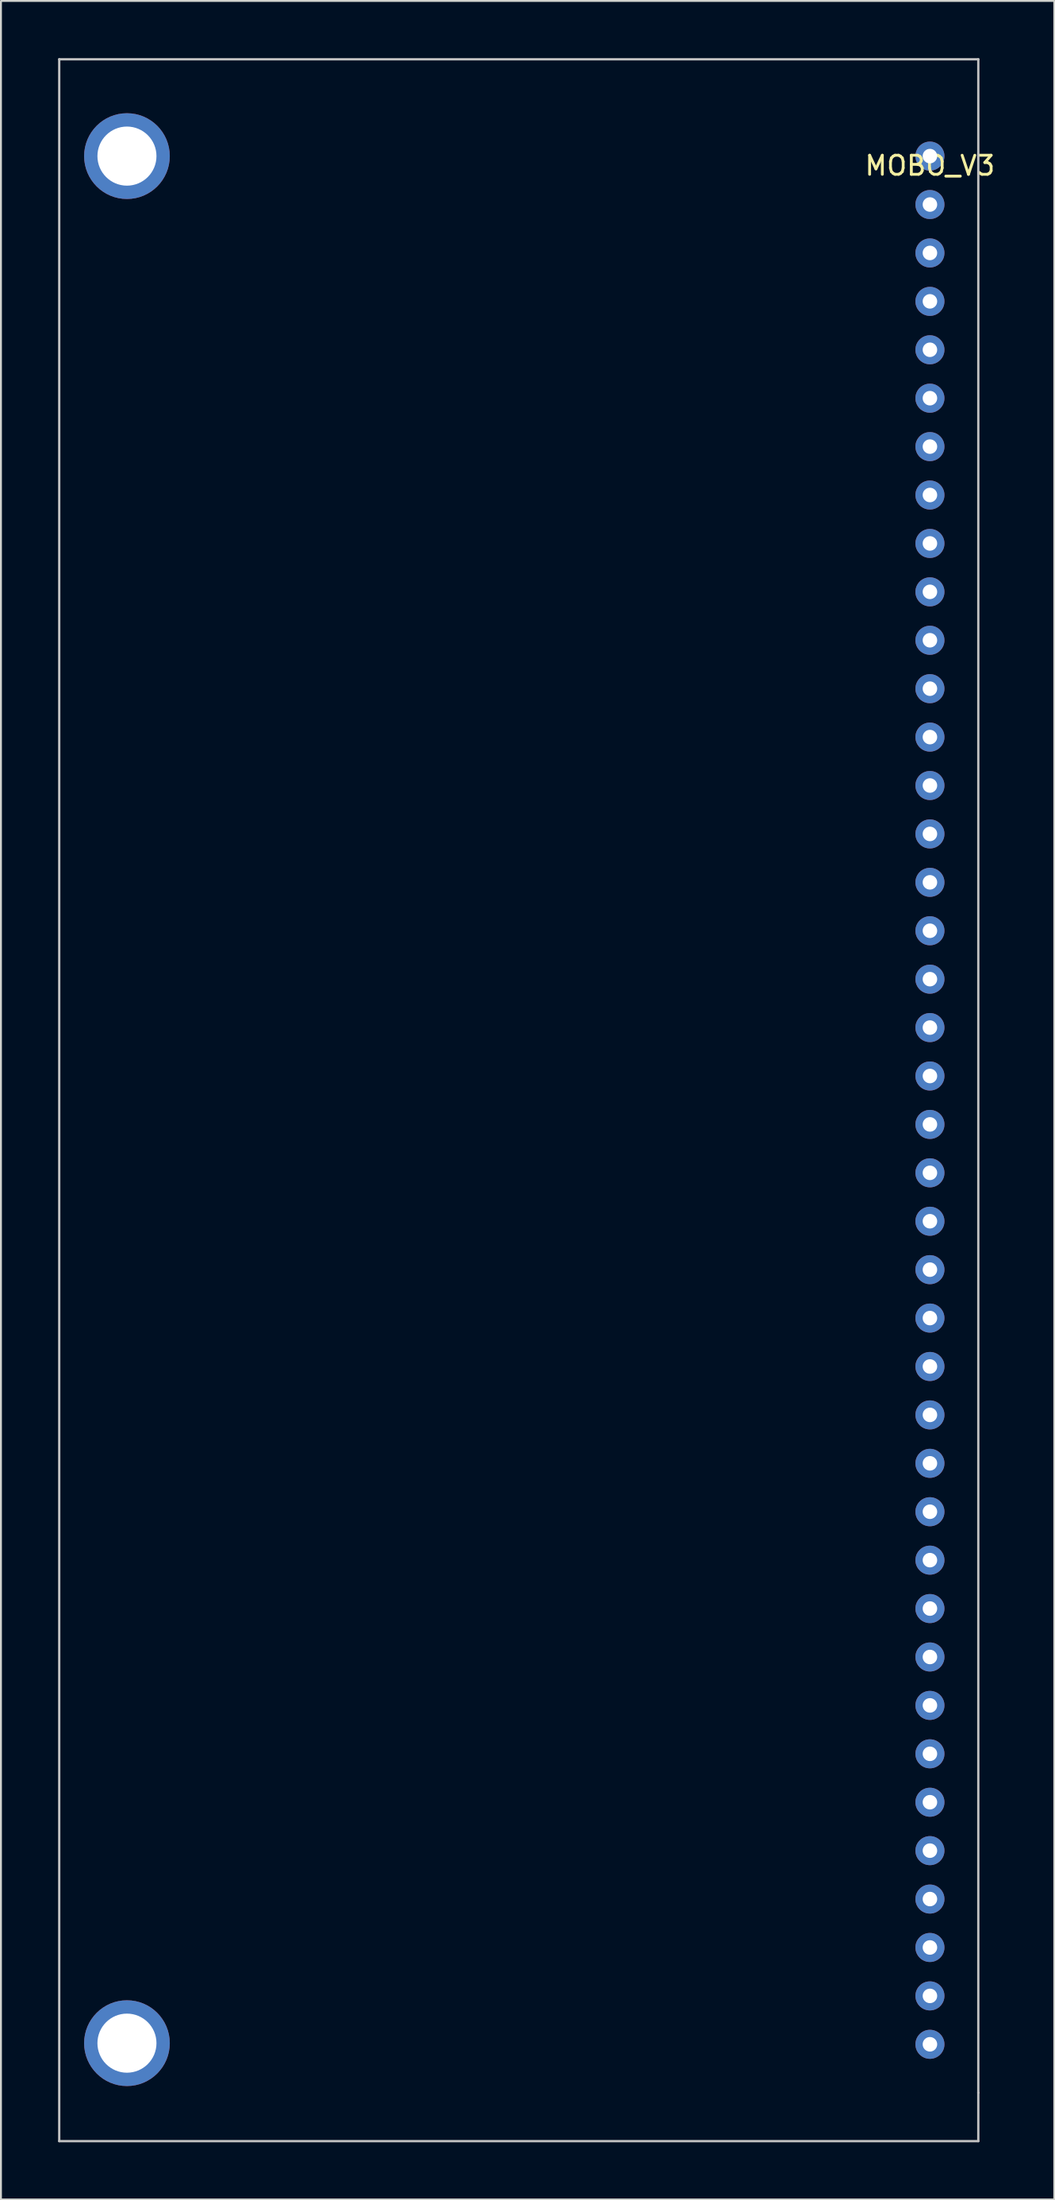
<source format=kicad_pcb>
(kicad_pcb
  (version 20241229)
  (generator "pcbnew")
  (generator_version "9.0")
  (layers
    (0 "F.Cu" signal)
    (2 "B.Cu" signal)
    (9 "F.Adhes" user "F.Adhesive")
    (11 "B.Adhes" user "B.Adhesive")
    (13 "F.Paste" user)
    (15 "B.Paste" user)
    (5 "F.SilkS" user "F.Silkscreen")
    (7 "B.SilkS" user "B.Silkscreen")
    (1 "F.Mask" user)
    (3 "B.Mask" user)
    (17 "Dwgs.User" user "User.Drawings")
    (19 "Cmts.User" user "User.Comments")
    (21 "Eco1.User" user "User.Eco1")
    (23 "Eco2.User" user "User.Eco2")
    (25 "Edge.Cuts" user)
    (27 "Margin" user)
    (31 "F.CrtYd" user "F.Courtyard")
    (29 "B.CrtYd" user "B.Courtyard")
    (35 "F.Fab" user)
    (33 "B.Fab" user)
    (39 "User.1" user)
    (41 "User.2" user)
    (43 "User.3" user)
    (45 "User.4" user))
  (footprint "MOBO_V3"
    (layer "F.Cu")
    (at 45.78 5.14)
    (property "Reference" "MOBO_V3" (at 0 0.5 0) (layer "F.SilkS") (effects (font (size 1 1) (thickness 0.15))))
    (attr through_hole)
    (fp_line (start -45.72 -5.08) (end 2.54 -5.08) (stroke (width 0.12) (type solid)) (layer "Dwgs.User"))
    (fp_line (start -45.72 104.14) (end -45.72 -5.08) (stroke (width 0.12) (type solid)) (layer "Dwgs.User"))
    (fp_line (start 2.54 -5.08) (end 2.54 101.6) (stroke (width 0.12) (type solid)) (layer "Dwgs.User"))
    (fp_line (start 2.54 101.6) (end 2.54 104.14) (stroke (width 0.12) (type solid)) (layer "Dwgs.User"))
    (fp_line (start 2.54 104.14) (end -45.72 104.14) (stroke (width 0.12) (type solid)) (layer "Dwgs.User"))
    (pad "+3.3v" thru_hole circle (at 0 10.16) (size 1.524 1.524) (drill 0.762) (layers "*.Cu" "*.Mask"))
    (pad "+3.3v" thru_hole circle (at 0 12.7) (size 1.524 1.524) (drill 0.762) (layers "*.Cu" "*.Mask"))
    (pad "+5v" thru_hole circle (at 0 5.08) (size 1.524 1.524) (drill 0.762) (layers "*.Cu" "*.Mask"))
    (pad "+5v" thru_hole circle (at 0 7.62) (size 1.524 1.524) (drill 0.762) (layers "*.Cu" "*.Mask"))
    (pad "-12v" thru_hole circle (at 0 30.48) (size 1.524 1.524) (drill 0.762) (layers "*.Cu" "*.Mask"))
    (pad "-12v" thru_hole circle (at 0 33.02) (size 1.524 1.524) (drill 0.762) (layers "*.Cu" "*.Mask"))
    (pad "HOLE" thru_hole circle (at -42.164 0) (size 4.5 4.5) (drill 3.1) (layers "*.Cu" "*.Mask"))
    (pad "HOLE" thru_hole circle (at -42.164 99) (size 4.5 4.5) (drill 3.1) (layers "*.Cu" "*.Mask"))
    (pad "adc0" thru_hole circle (at 0 81.28) (size 1.524 1.524) (drill 0.762) (layers "*.Cu" "*.Mask"))
    (pad "adc1" thru_hole circle (at 0 83.82) (size 1.524 1.524) (drill 0.762) (layers "*.Cu" "*.Mask"))
    (pad "adc2" thru_hole circle (at 0 86.36) (size 1.524 1.524) (drill 0.762) (layers "*.Cu" "*.Mask"))
    (pad "adc3" thru_hole circle (at 0 88.9) (size 1.524 1.524) (drill 0.762) (layers "*.Cu" "*.Mask"))
    (pad "adc4" thru_hole circle (at 0 91.44) (size 1.524 1.524) (drill 0.762) (layers "*.Cu" "*.Mask"))
    (pad "adc5" thru_hole circle (at 0 93.98) (size 1.524 1.524) (drill 0.762) (layers "*.Cu" "*.Mask"))
    (pad "adc6" thru_hole circle (at 0 96.52) (size 1.524 1.524) (drill 0.762) (layers "*.Cu" "*.Mask"))
    (pad "adc7" thru_hole circle (at 0 99.06) (size 1.524 1.524) (drill 0.762) (layers "*.Cu" "*.Mask"))
    (pad "adc8" thru_hole circle (at 0 60.96) (size 1.524 1.524) (drill 0.762) (layers "*.Cu" "*.Mask"))
    (pad "adc9" thru_hole circle (at 0 63.5) (size 1.524 1.524) (drill 0.762) (layers "*.Cu" "*.Mask"))
    (pad "adc10" thru_hole circle (at 0 66.04) (size 1.524 1.524) (drill 0.762) (layers "*.Cu" "*.Mask"))
    (pad "adc11" thru_hole circle (at 0 68.58) (size 1.524 1.524) (drill 0.762) (layers "*.Cu" "*.Mask"))
    (pad "adc12" thru_hole circle (at 0 71.12) (size 1.524 1.524) (drill 0.762) (layers "*.Cu" "*.Mask"))
    (pad "adc13" thru_hole circle (at 0 73.66) (size 1.524 1.524) (drill 0.762) (layers "*.Cu" "*.Mask"))
    (pad "adc14" thru_hole circle (at 0 76.2) (size 1.524 1.524) (drill 0.762) (layers "*.Cu" "*.Mask"))
    (pad "adc15" thru_hole circle (at 0 78.74) (size 1.524 1.524) (drill 0.762) (layers "*.Cu" "*.Mask"))
    (pad "gnd" thru_hole circle (at 0 15.24) (size 1.524 1.524) (drill 0.762) (layers "*.Cu" "*.Mask"))
    (pad "gnd" thru_hole circle (at 0 17.78) (size 1.524 1.524) (drill 0.762) (layers "*.Cu" "*.Mask"))
    (pad "gnd" thru_hole circle (at 0 20.32) (size 1.524 1.524) (drill 0.762) (layers "*.Cu" "*.Mask"))
    (pad "gnd" thru_hole circle (at 0 22.86) (size 1.524 1.524) (drill 0.762) (layers "*.Cu" "*.Mask"))
    (pad "gnd" thru_hole circle (at 0 25.4) (size 1.524 1.524) (drill 0.762) (layers "*.Cu" "*.Mask"))
    (pad "gnd" thru_hole circle (at 0 27.94) (size 1.524 1.524) (drill 0.762) (layers "*.Cu" "*.Mask"))
    (pad "io2" thru_hole circle (at 0 53.34) (size 1.524 1.524) (drill 0.762) (layers "*.Cu" "*.Mask"))
    (pad "io5" thru_hole circle (at 0 50.8) (size 1.524 1.524) (drill 0.762) (layers "*.Cu" "*.Mask"))
    (pad "io18" thru_hole circle (at 0 48.26) (size 1.524 1.524) (drill 0.762) (layers "*.Cu" "*.Mask"))
    (pad "io21" thru_hole circle (at 0 45.72) (size 1.524 1.524) (drill 0.762) (layers "*.Cu" "*.Mask"))
    (pad "io22" thru_hole circle (at 0 43.18) (size 1.524 1.524) (drill 0.762) (layers "*.Cu" "*.Mask"))
    (pad "io23" thru_hole circle (at 0 40.64) (size 1.524 1.524) (drill 0.762) (layers "*.Cu" "*.Mask"))
    (pad "lin" thru_hole circle (at 0 38.1) (size 1.524 1.524) (drill 0.762) (layers "*.Cu" "*.Mask"))
    (pad "outl" thru_hole circle (at 0 58.42) (size 1.524 1.524) (drill 0.762) (layers "*.Cu" "*.Mask"))
    (pad "outr" thru_hole circle (at 0 55.88) (size 1.524 1.524) (drill 0.762) (layers "*.Cu" "*.Mask"))
    (pad "rin" thru_hole circle (at 0 35.56) (size 1.524 1.524) (drill 0.762) (layers "*.Cu" "*.Mask"))
    (pad "vcc" thru_hole circle (at 0 0) (size 1.524 1.524) (drill 0.762) (layers "*.Cu" "*.Mask"))
    (pad "vcc" thru_hole circle (at 0 2.54) (size 1.524 1.524) (drill 0.762) (layers "*.Cu" "*.Mask")))
  (gr_rect
    (start -3 -3)
    (end 52.31 112.34)
    (stroke (width 0.1) (type default))
    (fill no)
    (layer "Edge.Cuts")))
</source>
